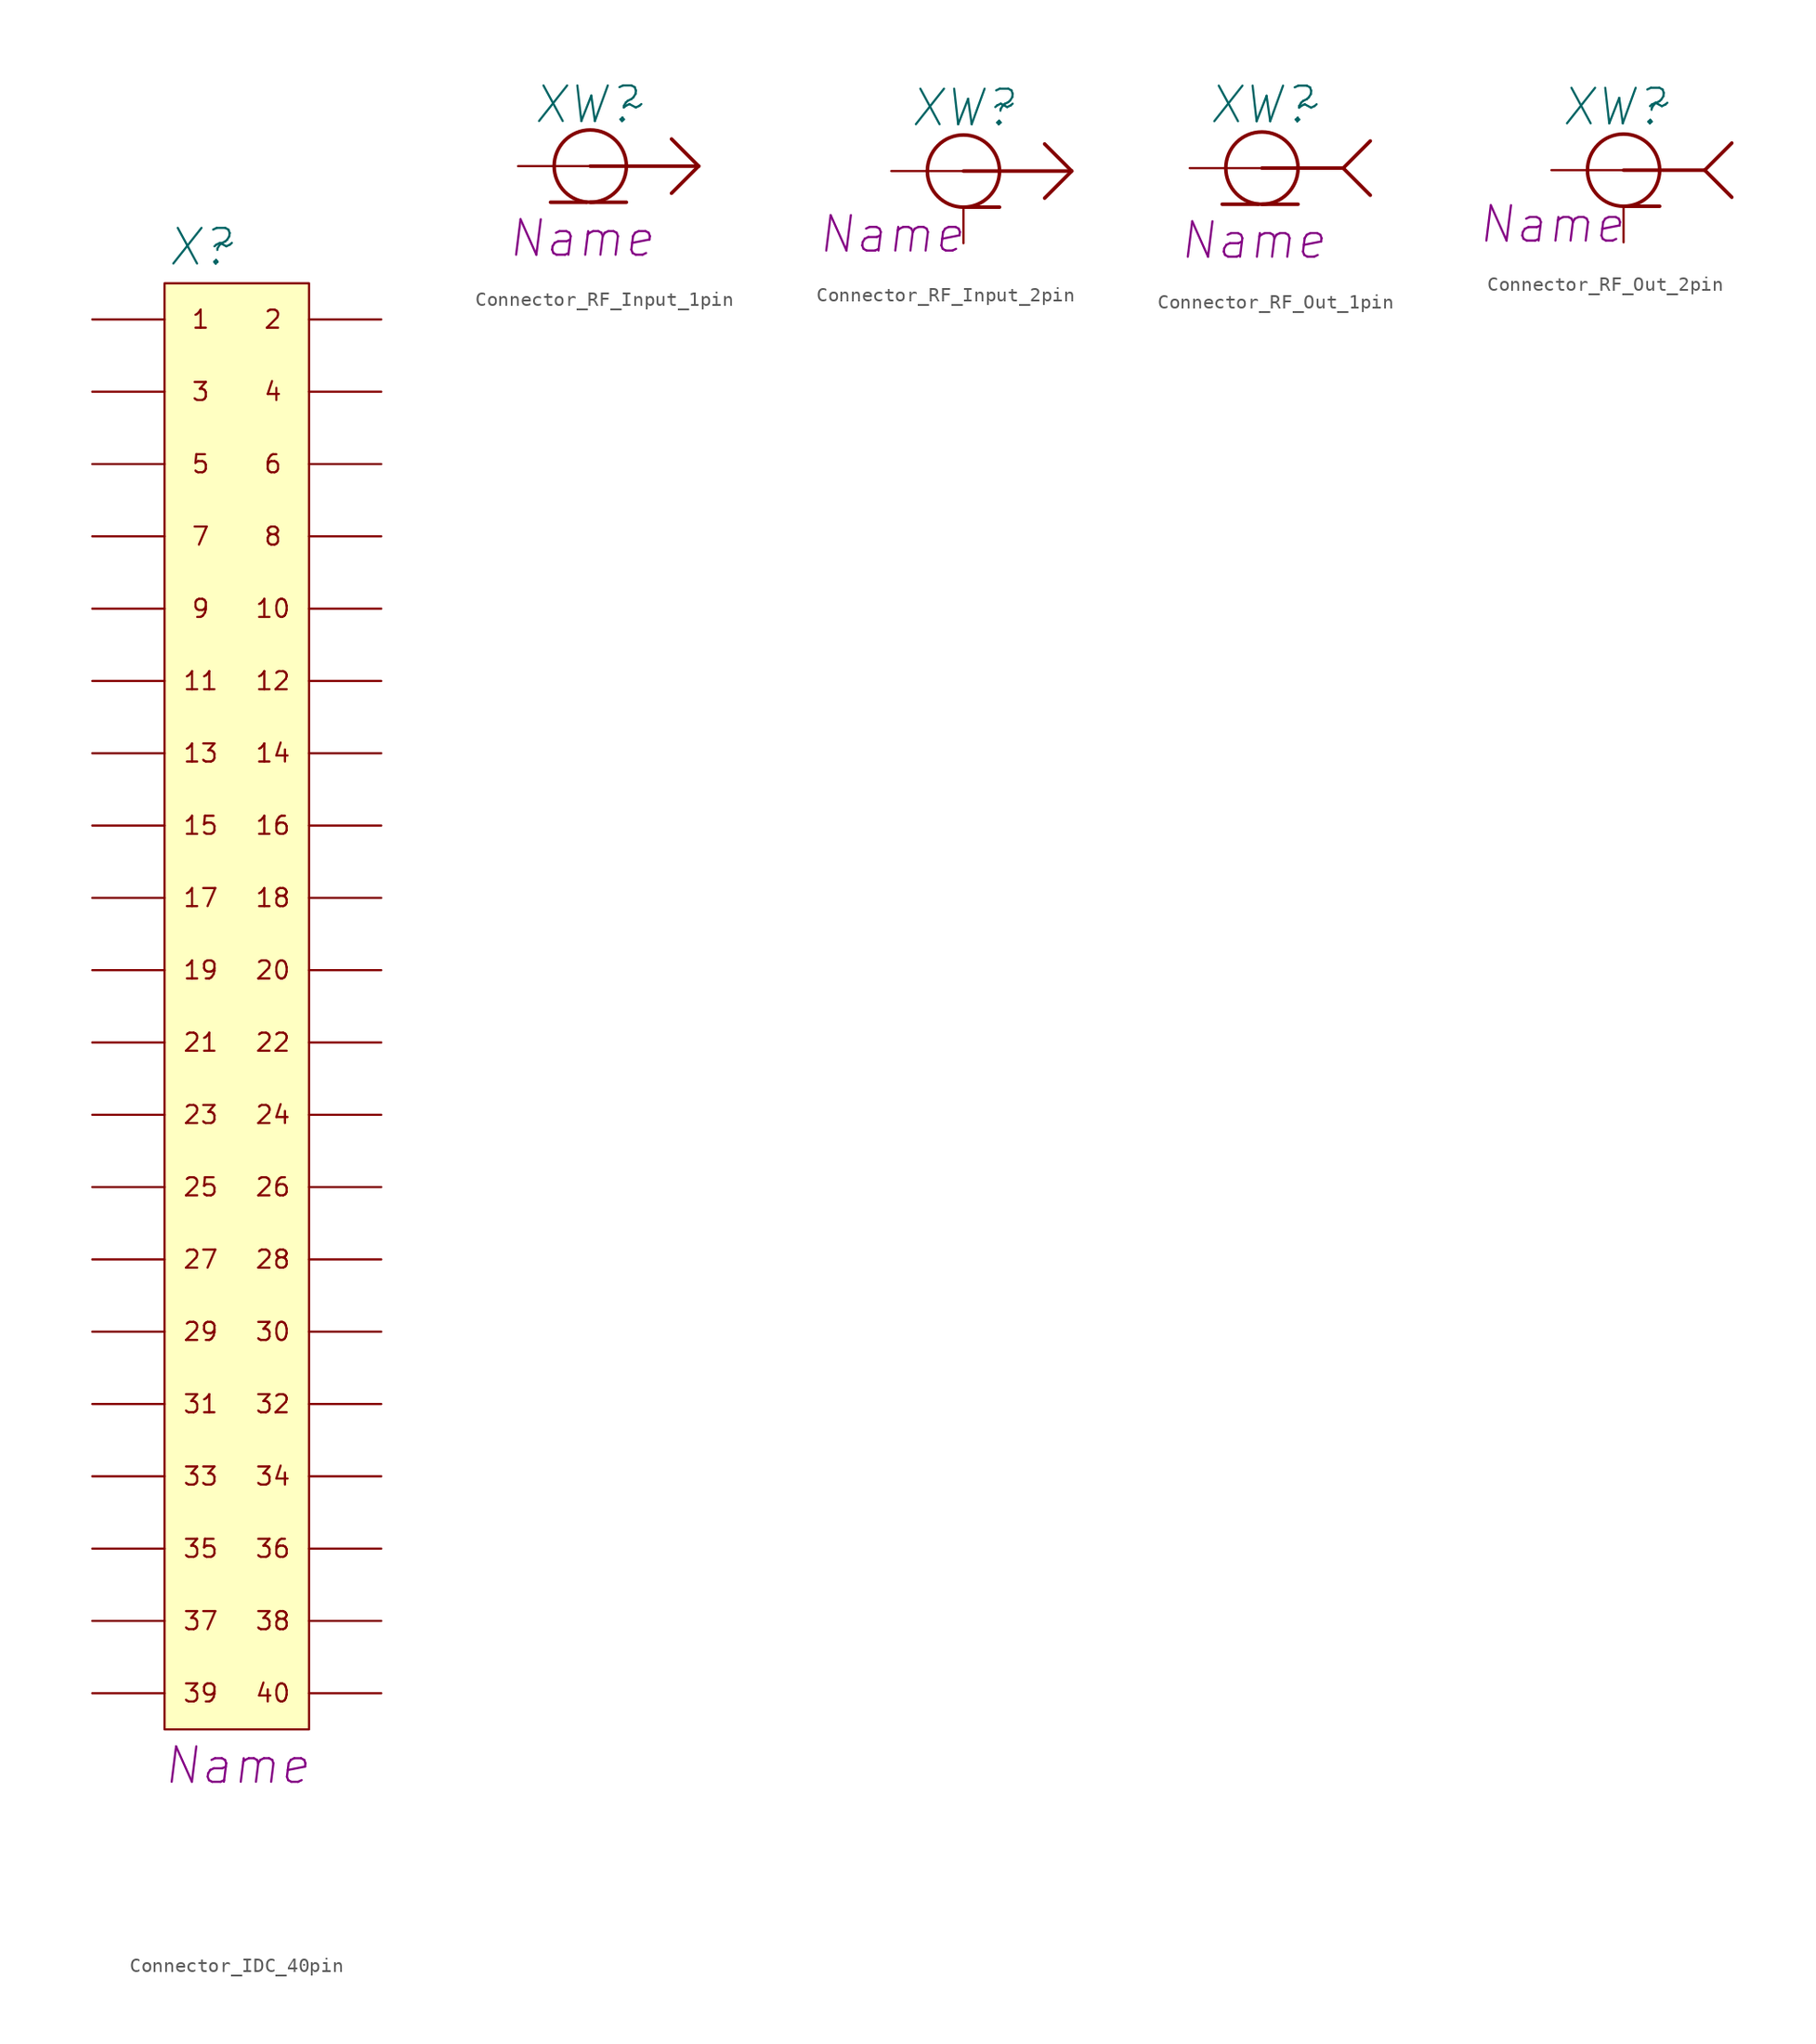
<source format=kicad_sym>
(kicad_symbol_lib
  (version 20241209)
  (generator "kicad_symbol_editor")
  (generator_version "9.0")
  (symbol "Connector_IDC_40pin"
    (pin_numbers
      (hide yes))
    (pin_names
      (offset 0.025)
      (hide yes))
    (property "Reference" "X"
      (at -2.54 25.4 0)
      (effects (font (size 2.5 2.5) (italic yes))))
    (property "Value" "~"
      (at -1.016 25.654 0)
      (effects (font (size 2.5 2.5) (italic yes))))
    (property "Name" "Name"
      (at 0 -81.28 0)
      (effects (font (size 2.489 2.489) (italic yes))))
    (symbol "Connector_IDC_40pin_0_0"
      (text "1" (at -2.54 20.32 0) (effects (font (size 1.27 1.27))))
      (text "5" (at -2.54 10.16 0) (effects (font (size 1.27 1.27))))
      (text "7" (at -2.54 5.08 0) (effects (font (size 1.27 1.27))))
      (text "9" (at -2.54 0 0) (effects (font (size 1.27 1.27))))
      (text "11" (at -2.54 -5.08 0) (effects (font (size 1.27 1.27))))
      (text "13" (at -2.54 -10.16 0) (effects (font (size 1.27 1.27))))
      (text "15" (at -2.54 -15.24 0) (effects (font (size 1.27 1.27))))
      (text "17" (at -2.54 -20.32 0) (effects (font (size 1.27 1.27))))
      (text "19" (at -2.54 -25.4 0) (effects (font (size 1.27 1.27))))
      (text "21" (at -2.54 -30.48 0) (effects (font (size 1.27 1.27))))
      (text "23" (at -2.54 -35.56 0) (effects (font (size 1.27 1.27))))
      (text "25" (at -2.54 -40.64 0) (effects (font (size 1.27 1.27))))
      (text "27" (at -2.54 -45.72 0) (effects (font (size 1.27 1.27))))
      (text "29" (at -2.54 -50.8 0) (effects (font (size 1.27 1.27))))
      (text "31" (at -2.54 -55.88 0) (effects (font (size 1.27 1.27))))
      (text "33" (at -2.54 -60.96 0) (effects (font (size 1.27 1.27))))
      (text "35" (at -2.54 -66.04 0) (effects (font (size 1.27 1.27))))
      (text "37" (at -2.54 -71.12 0) (effects (font (size 1.27 1.27))))
      (text "39" (at -2.54 -76.2 0) (effects (font (size 1.27 1.27))))
      (text "2" (at 2.54 20.32 0) (effects (font (size 1.27 1.27))))
      (text "4" (at 2.54 15.24 0) (effects (font (size 1.27 1.27))))
      (text "6" (at 2.54 10.16 0) (effects (font (size 1.27 1.27))))
      (text "8" (at 2.54 5.08 0) (effects (font (size 1.27 1.27))))
      (text "10" (at 2.54 0 0) (effects (font (size 1.27 1.27))))
      (text "12" (at 2.54 -5.08 0) (effects (font (size 1.27 1.27))))
      (text "14" (at 2.54 -10.16 0) (effects (font (size 1.27 1.27))))
      (text "16" (at 2.54 -15.24 0) (effects (font (size 1.27 1.27))))
      (text "18" (at 2.54 -20.32 0) (effects (font (size 1.27 1.27))))
      (text "20" (at 2.54 -25.4 0) (effects (font (size 1.27 1.27))))
      (text "22" (at 2.54 -30.48 0) (effects (font (size 1.27 1.27))))
      (text "24" (at 2.54 -35.56 0) (effects (font (size 1.27 1.27))))
      (text "26" (at 2.54 -40.64 0) (effects (font (size 1.27 1.27))))
      (text "28" (at 2.54 -45.72 0) (effects (font (size 1.27 1.27))))
      (text "30" (at 2.54 -50.8 0) (effects (font (size 1.27 1.27))))
      (text "32" (at 2.54 -55.88 0) (effects (font (size 1.27 1.27))))
      (text "34" (at 2.54 -60.96 0) (effects (font (size 1.27 1.27))))
      (text "36" (at 2.54 -66.04 0) (effects (font (size 1.27 1.27))))
      (text "38" (at 2.54 -71.12 0) (effects (font (size 1.27 1.27))))
      (text "40" (at 2.54 -76.2 0) (effects (font (size 1.27 1.27)))))
    (symbol "Connector_IDC_40pin_1_0"
      (text "3" (at -2.54 15.24 0) (effects (font (size 1.27 1.27)))))
    (symbol "Connector_IDC_40pin_1_1"
      (rectangle (start -5.08 22.86) (end 5.08 -78.74) (stroke (width 0) (type default)) (fill (type background)))
      (pin passive line (at -10.16 20.32 0) (length 5.08) (name "1" (effects (font (size 1.27 1.27)))) (number "1" (effects (font (size 1.27 1.27)))))
      (pin passive line (at -10.16 15.24 0) (length 5.08) (name "3" (effects (font (size 1.27 1.27)))) (number "3" (effects (font (size 1.27 1.27)))))
      (pin passive line (at -10.16 10.16 0) (length 5.08) (name "5" (effects (font (size 1.27 1.27)))) (number "5" (effects (font (size 1.27 1.27)))))
      (pin passive line (at -10.16 5.08 0) (length 5.08) (name "7" (effects (font (size 1.27 1.27)))) (number "7" (effects (font (size 1.27 1.27)))))
      (pin passive line (at -10.16 0 0) (length 5.08) (name "9" (effects (font (size 1.27 1.27)))) (number "9" (effects (font (size 1.27 1.27)))))
      (pin passive line (at -10.16 -5.08 0) (length 5.08) (name "11" (effects (font (size 1.27 1.27)))) (number "11" (effects (font (size 1.27 1.27)))))
      (pin passive line (at -10.16 -10.16 0) (length 5.08) (name "13" (effects (font (size 1.27 1.27)))) (number "13" (effects (font (size 1.27 1.27)))))
      (pin passive line (at -10.16 -15.24 0) (length 5.08) (name "15" (effects (font (size 1.27 1.27)))) (number "15" (effects (font (size 1.27 1.27)))))
      (pin passive line (at -10.16 -20.32 0) (length 5.08) (name "17" (effects (font (size 1.27 1.27)))) (number "17" (effects (font (size 1.27 1.27)))))
      (pin passive line (at -10.16 -25.4 0) (length 5.08) (name "19" (effects (font (size 1.27 1.27)))) (number "19" (effects (font (size 1.27 1.27)))))
      (pin passive line (at -10.16 -30.48 0) (length 5.08) (name "21" (effects (font (size 1.27 1.27)))) (number "21" (effects (font (size 1.27 1.27)))))
      (pin passive line (at -10.16 -35.56 0) (length 5.08) (name "23" (effects (font (size 1.27 1.27)))) (number "23" (effects (font (size 1.27 1.27)))))
      (pin passive line (at -10.16 -40.64 0) (length 5.08) (name "25" (effects (font (size 1.27 1.27)))) (number "25" (effects (font (size 1.27 1.27)))))
      (pin passive line (at -10.16 -45.72 0) (length 5.08) (name "27" (effects (font (size 1.27 1.27)))) (number "27" (effects (font (size 1.27 1.27)))))
      (pin passive line (at -10.16 -50.8 0) (length 5.08) (name "29" (effects (font (size 1.27 1.27)))) (number "29" (effects (font (size 1.27 1.27)))))
      (pin passive line (at -10.16 -55.88 0) (length 5.08) (name "31" (effects (font (size 1.27 1.27)))) (number "31" (effects (font (size 1.27 1.27)))))
      (pin passive line (at -10.16 -60.96 0) (length 5.08) (name "33" (effects (font (size 1.27 1.27)))) (number "33" (effects (font (size 1.27 1.27)))))
      (pin passive line (at -10.16 -66.04 0) (length 5.08) (name "35" (effects (font (size 1.27 1.27)))) (number "35" (effects (font (size 1.27 1.27)))))
      (pin passive line (at -10.16 -71.12 0) (length 5.08) (name "37" (effects (font (size 1.27 1.27)))) (number "37" (effects (font (size 1.27 1.27)))))
      (pin passive line (at -10.16 -76.2 0) (length 5.08) (name "39" (effects (font (size 1.27 1.27)))) (number "39" (effects (font (size 1.27 1.27)))))
      (pin passive line (at 10.16 20.32 180) (length 5.08) (name "2" (effects (font (size 1.27 1.27)))) (number "2" (effects (font (size 1.27 1.27)))))
      (pin passive line (at 10.16 15.24 180) (length 5.08) (name "4" (effects (font (size 1.27 1.27)))) (number "4" (effects (font (size 1.27 1.27)))))
      (pin passive line (at 10.16 10.16 180) (length 5.08) (name "6" (effects (font (size 1.27 1.27)))) (number "6" (effects (font (size 1.27 1.27)))))
      (pin passive line (at 10.16 5.08 180) (length 5.08) (name "8" (effects (font (size 1.27 1.27)))) (number "8" (effects (font (size 1.27 1.27)))))
      (pin passive line (at 10.16 0 180) (length 5.08) (name "10" (effects (font (size 1.27 1.27)))) (number "10" (effects (font (size 1.27 1.27)))))
      (pin passive line (at 10.16 -5.08 180) (length 5.08) (name "12" (effects (font (size 1.27 1.27)))) (number "12" (effects (font (size 1.27 1.27)))))
      (pin passive line (at 10.16 -10.16 180) (length 5.08) (name "14" (effects (font (size 1.27 1.27)))) (number "14" (effects (font (size 1.27 1.27)))))
      (pin passive line (at 10.16 -15.24 180) (length 5.08) (name "16" (effects (font (size 1.27 1.27)))) (number "16" (effects (font (size 1.27 1.27)))))
      (pin passive line (at 10.16 -20.32 180) (length 5.08) (name "18" (effects (font (size 1.27 1.27)))) (number "18" (effects (font (size 1.27 1.27)))))
      (pin passive line (at 10.16 -25.4 180) (length 5.08) (name "20" (effects (font (size 1.27 1.27)))) (number "20" (effects (font (size 1.27 1.27)))))
      (pin passive line (at 10.16 -30.48 180) (length 5.08) (name "22" (effects (font (size 1.27 1.27)))) (number "22" (effects (font (size 1.27 1.27)))))
      (pin passive line (at 10.16 -35.56 180) (length 5.08) (name "24" (effects (font (size 1.27 1.27)))) (number "24" (effects (font (size 1.27 1.27)))))
      (pin passive line (at 10.16 -40.64 180) (length 5.08) (name "26" (effects (font (size 1.27 1.27)))) (number "26" (effects (font (size 1.27 1.27)))))
      (pin passive line (at 10.16 -45.72 180) (length 5.08) (name "28" (effects (font (size 1.27 1.27)))) (number "28" (effects (font (size 1.27 1.27)))))
      (pin passive line (at 10.16 -50.8 180) (length 5.08) (name "30" (effects (font (size 1.27 1.27)))) (number "30" (effects (font (size 1.27 1.27)))))
      (pin passive line (at 10.16 -55.88 180) (length 5.08) (name "32" (effects (font (size 1.27 1.27)))) (number "32" (effects (font (size 1.27 1.27)))))
      (pin passive line (at 10.16 -60.96 180) (length 5.08) (name "34" (effects (font (size 1.27 1.27)))) (number "34" (effects (font (size 1.27 1.27)))))
      (pin passive line (at 10.16 -66.04 180) (length 5.08) (name "36" (effects (font (size 1.27 1.27)))) (number "36" (effects (font (size 1.27 1.27)))))
      (pin passive line (at 10.16 -71.12 180) (length 5.08) (name "38" (effects (font (size 1.27 1.27)))) (number "38" (effects (font (size 1.27 1.27)))))
      (pin passive line (at 10.16 -76.2 180) (length 5.08) (name "40" (effects (font (size 1.27 1.27)))) (number "40" (effects (font (size 1.27 1.27)))))))
  (symbol "Connector_RF_Input_1pin"
    (pin_numbers
      (hide yes))
    (pin_names
      (offset 1.016)
      (hide yes))
    (property "Reference" "XW"
      (at -0.254 4.318 0)
      (effects (font (size 2.5 2.5) (italic yes))))
    (property "Value" "~"
      (at 2.921 4.318 0)
      (effects (font (size 2.5 2.5) (italic yes))))
    (property "Name" "Name"
      (at -0.635 -5.08 0)
      (effects (font (size 2.489 2.489) (italic yes))))
    (symbol "Connector_RF_Input_1pin_1_1"
      (polyline (pts (xy -2.794 -2.54) (xy -0.254 -2.54)) (stroke (width 0.25) (type solid)) (fill (type none)))
      (polyline (pts (xy 0 0) (xy 7.62 0)) (stroke (width 0.25) (type solid)) (fill (type none)))
      (circle (center 0 0) (radius 2.54) (stroke (width 0.25) (type solid)) (fill (type none)))
      (polyline (pts (xy 0 -2.54) (xy 2.54 -2.54)) (stroke (width 0.25) (type solid)) (fill (type none)))
      (polyline (pts (xy 7.62 0) (xy 5.715 1.905)) (stroke (width 0.25) (type solid)) (fill (type none)))
      (polyline (pts (xy 7.62 0) (xy 5.715 -1.905)) (stroke (width 0.25) (type solid)) (fill (type none)))
      (pin passive line (at -5.08 0 0) (length 5.08) (name "1" (effects (font (size 1.27 1.27)))) (number "1" (effects (font (size 1.27 1.27)))))))
  (symbol "Connector_RF_Input_2pin"
    (pin_numbers
      (hide yes))
    (pin_names
      (offset 1.016)
      (hide yes))
    (property "Reference" "XW"
      (at 0 4.445 0)
      (effects (font (size 2.5 2.5) (italic yes))))
    (property "Value" "~"
      (at 2.794 4.699 0)
      (effects (font (size 2.5 2.5) (italic yes))))
    (property "Name" "Name"
      (at -5.08 -4.445 0)
      (effects (font (size 2.489 2.489) (italic yes))))
    (symbol "Connector_RF_Input_2pin_1_1"
      (polyline (pts (xy 0 0) (xy 7.62 0)) (stroke (width 0.25) (type solid)) (fill (type none)))
      (circle (center 0 0) (radius 2.54) (stroke (width 0.25) (type solid)) (fill (type none)))
      (polyline (pts (xy 0 -2.54) (xy 2.54 -2.54)) (stroke (width 0.25) (type solid)) (fill (type none)))
      (polyline (pts (xy 7.62 0) (xy 5.715 1.905)) (stroke (width 0.25) (type solid)) (fill (type none)))
      (polyline (pts (xy 7.62 0) (xy 5.715 -1.905)) (stroke (width 0.25) (type solid)) (fill (type none)))
      (pin passive line (at -5.08 0 0) (length 5.08) (name "1" (effects (font (size 1.27 1.27)))) (number "1" (effects (font (size 1.27 1.27)))))
      (pin passive line (at 0 -5.08 90) (length 2.54) (name "2" (effects (font (size 1.27 1.27)))) (number "2" (effects (font (size 1.27 1.27)))))))
  (symbol "Connector_RF_Out_1pin"
    (pin_numbers
      (hide yes))
    (pin_names
      (offset 1.016)
      (hide yes))
    (property "Reference" "XW"
      (at 0 4.445 0)
      (effects (font (size 2.5 2.5) (italic yes))))
    (property "Value" "~"
      (at 3.175 4.445 0)
      (effects (font (size 2.5 2.5) (italic yes))))
    (property "Name" "Name"
      (at -0.635 -5.08 0)
      (effects (font (size 2.489 2.489) (italic yes))))
    (symbol "Connector_RF_Out_1pin_1_1"
      (polyline (pts (xy -2.794 -2.54) (xy -0.254 -2.54)) (stroke (width 0.25) (type solid)) (fill (type none)))
      (polyline (pts (xy 0 0) (xy 5.715 0)) (stroke (width 0.25) (type solid)) (fill (type none)))
      (circle (center 0 0) (radius 2.54) (stroke (width 0.25) (type solid)) (fill (type none)))
      (polyline (pts (xy 0 -2.54) (xy 2.54 -2.54)) (stroke (width 0.25) (type solid)) (fill (type none)))
      (polyline (pts (xy 5.715 0) (xy 7.62 1.905)) (stroke (width 0.25) (type solid)) (fill (type none)))
      (polyline (pts (xy 5.715 0) (xy 7.62 -1.905)) (stroke (width 0.25) (type solid)) (fill (type none)))
      (pin passive line (at -5.08 0 0) (length 5.08) (name "1" (effects (font (size 1.27 1.27)))) (number "1" (effects (font (size 1.27 1.27)))))))
  (symbol "Connector_RF_Out_2pin"
    (pin_numbers
      (hide yes))
    (pin_names
      (offset 1.016)
      (hide yes))
    (property "Reference" "XW"
      (at -0.635 4.445 0)
      (effects (font (size 2.5 2.5) (italic yes))))
    (property "Value" "~"
      (at 2.413 4.699 0)
      (effects (font (size 2.5 2.5) (italic yes))))
    (property "Name" "Name"
      (at -5.08 -3.81 0)
      (effects (font (size 2.489 2.489) (italic yes))))
    (symbol "Connector_RF_Out_2pin_1_1"
      (polyline (pts (xy 0 0) (xy 5.715 0)) (stroke (width 0.25) (type solid)) (fill (type none)))
      (circle (center 0 0) (radius 2.54) (stroke (width 0.25) (type solid)) (fill (type none)))
      (polyline (pts (xy 0 -2.54) (xy 2.54 -2.54)) (stroke (width 0.25) (type solid)) (fill (type none)))
      (polyline (pts (xy 5.715 0) (xy 7.62 1.905)) (stroke (width 0.25) (type solid)) (fill (type none)))
      (polyline (pts (xy 5.715 0) (xy 7.62 -1.905)) (stroke (width 0.25) (type solid)) (fill (type none)))
      (pin passive line (at -5.08 0 0) (length 5.08) (name "1" (effects (font (size 1.27 1.27)))) (number "1" (effects (font (size 1.27 1.27)))))
      (pin passive line (at 0 -5.08 90) (length 2.54) (name "2" (effects (font (size 1.27 1.27)))) (number "2" (effects (font (size 1.27 1.27))))))))
</source>
